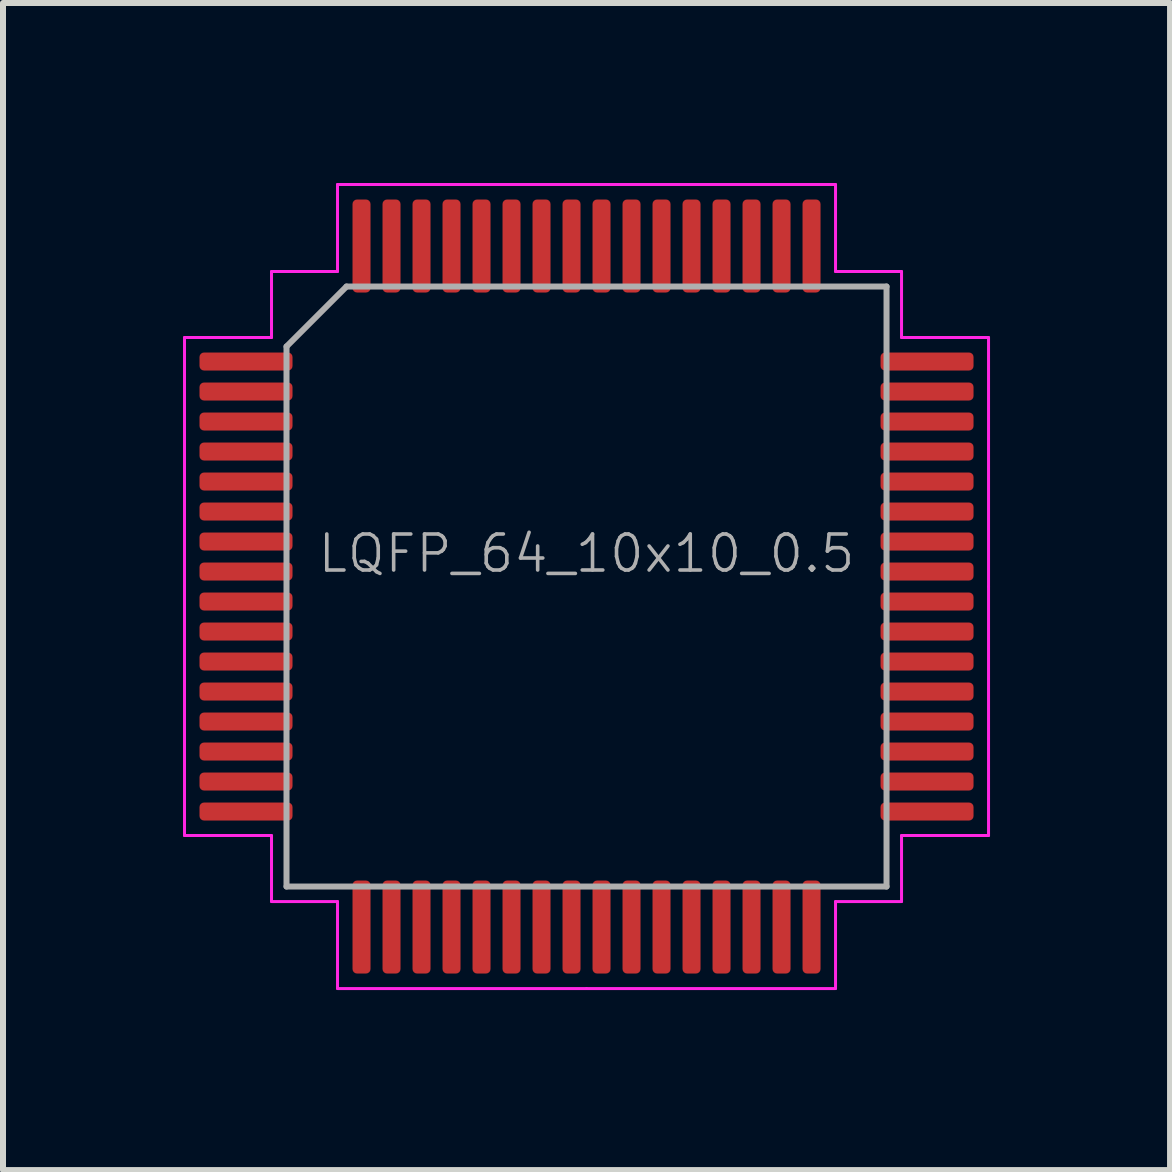
<source format=kicad_pcb>
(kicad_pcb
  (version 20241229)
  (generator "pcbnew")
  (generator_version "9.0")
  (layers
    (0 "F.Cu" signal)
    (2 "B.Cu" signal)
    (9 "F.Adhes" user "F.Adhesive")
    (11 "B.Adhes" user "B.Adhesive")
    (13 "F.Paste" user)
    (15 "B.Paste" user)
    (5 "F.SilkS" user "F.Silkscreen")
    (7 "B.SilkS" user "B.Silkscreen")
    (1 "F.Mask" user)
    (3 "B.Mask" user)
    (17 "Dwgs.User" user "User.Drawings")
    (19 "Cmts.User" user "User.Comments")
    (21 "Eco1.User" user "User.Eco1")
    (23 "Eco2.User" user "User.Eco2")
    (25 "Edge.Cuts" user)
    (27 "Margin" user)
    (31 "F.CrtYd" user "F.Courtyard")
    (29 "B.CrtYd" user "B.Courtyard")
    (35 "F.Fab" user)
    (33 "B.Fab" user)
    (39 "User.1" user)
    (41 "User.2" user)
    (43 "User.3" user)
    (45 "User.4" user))
  (footprint "LQFP_64_10x10_0.5"
    (layer "F.Cu")
    (at 6.725 6.725)
    (property "Reference" "LQFP_64_10x10_0.5" (at 0 -0.55 0) (unlocked yes) (layer "F.Fab") (effects (font (size 0.6 0.6) (thickness 0.06))))
    (attr smd)
    (fp_line (start -6.7 -4.15) (end -6.7 0) (stroke (width 0.05) (type solid)) (layer "F.CrtYd"))
    (fp_line (start -6.7 4.15) (end -6.7 0) (stroke (width 0.05) (type solid)) (layer "F.CrtYd"))
    (fp_line (start -5.25 -5.25) (end -5.25 -4.15) (stroke (width 0.05) (type solid)) (layer "F.CrtYd"))
    (fp_line (start -5.25 -4.15) (end -6.7 -4.15) (stroke (width 0.05) (type solid)) (layer "F.CrtYd"))
    (fp_line (start -5.25 4.15) (end -6.7 4.15) (stroke (width 0.05) (type solid)) (layer "F.CrtYd"))
    (fp_line (start -5.25 5.25) (end -5.25 4.15) (stroke (width 0.05) (type solid)) (layer "F.CrtYd"))
    (fp_line (start -4.15 -6.7) (end -4.15 -5.25) (stroke (width 0.05) (type solid)) (layer "F.CrtYd"))
    (fp_line (start -4.15 -5.25) (end -5.25 -5.25) (stroke (width 0.05) (type solid)) (layer "F.CrtYd"))
    (fp_line (start -4.15 5.25) (end -5.25 5.25) (stroke (width 0.05) (type solid)) (layer "F.CrtYd"))
    (fp_line (start -4.15 6.7) (end -4.15 5.25) (stroke (width 0.05) (type solid)) (layer "F.CrtYd"))
    (fp_line (start 0 -6.7) (end -4.15 -6.7) (stroke (width 0.05) (type solid)) (layer "F.CrtYd"))
    (fp_line (start 0 -6.7) (end 4.15 -6.7) (stroke (width 0.05) (type solid)) (layer "F.CrtYd"))
    (fp_line (start 0 6.7) (end -4.15 6.7) (stroke (width 0.05) (type solid)) (layer "F.CrtYd"))
    (fp_line (start 0 6.7) (end 4.15 6.7) (stroke (width 0.05) (type solid)) (layer "F.CrtYd"))
    (fp_line (start 4.15 -6.7) (end 4.15 -5.25) (stroke (width 0.05) (type solid)) (layer "F.CrtYd"))
    (fp_line (start 4.15 -5.25) (end 5.25 -5.25) (stroke (width 0.05) (type solid)) (layer "F.CrtYd"))
    (fp_line (start 4.15 5.25) (end 5.25 5.25) (stroke (width 0.05) (type solid)) (layer "F.CrtYd"))
    (fp_line (start 4.15 6.7) (end 4.15 5.25) (stroke (width 0.05) (type solid)) (layer "F.CrtYd"))
    (fp_line (start 5.25 -5.25) (end 5.25 -4.15) (stroke (width 0.05) (type solid)) (layer "F.CrtYd"))
    (fp_line (start 5.25 -4.15) (end 6.7 -4.15) (stroke (width 0.05) (type solid)) (layer "F.CrtYd"))
    (fp_line (start 5.25 4.15) (end 6.7 4.15) (stroke (width 0.05) (type solid)) (layer "F.CrtYd"))
    (fp_line (start 5.25 5.25) (end 5.25 4.15) (stroke (width 0.05) (type solid)) (layer "F.CrtYd"))
    (fp_line (start 6.7 -4.15) (end 6.7 0) (stroke (width 0.05) (type solid)) (layer "F.CrtYd"))
    (fp_line (start 6.7 4.15) (end 6.7 0) (stroke (width 0.05) (type solid)) (layer "F.CrtYd"))
    (fp_line (start -5 -4) (end -4 -5) (stroke (width 0.1) (type solid)) (layer "F.Fab"))
    (fp_line (start -5 5) (end -5 -4) (stroke (width 0.1) (type solid)) (layer "F.Fab"))
    (fp_line (start -4 -5) (end 5 -5) (stroke (width 0.1) (type solid)) (layer "F.Fab"))
    (fp_line (start 5 -5) (end 5 5) (stroke (width 0.1) (type solid)) (layer "F.Fab"))
    (fp_line (start 5 5) (end -5 5) (stroke (width 0.1) (type solid)) (layer "F.Fab"))
    (pad "1" smd roundrect (at -5.675 -3.75) (size 1.55 0.3) (layers "F.Cu" "F.Mask" "F.Paste") (roundrect_rratio 0.25))
    (pad "2" smd roundrect (at -5.675 -3.25) (size 1.55 0.3) (layers "F.Cu" "F.Mask" "F.Paste") (roundrect_rratio 0.25))
    (pad "3" smd roundrect (at -5.675 -2.75) (size 1.55 0.3) (layers "F.Cu" "F.Mask" "F.Paste") (roundrect_rratio 0.25))
    (pad "4" smd roundrect (at -5.675 -2.25) (size 1.55 0.3) (layers "F.Cu" "F.Mask" "F.Paste") (roundrect_rratio 0.25))
    (pad "5" smd roundrect (at -5.675 -1.75) (size 1.55 0.3) (layers "F.Cu" "F.Mask" "F.Paste") (roundrect_rratio 0.25))
    (pad "6" smd roundrect (at -5.675 -1.25) (size 1.55 0.3) (layers "F.Cu" "F.Mask" "F.Paste") (roundrect_rratio 0.25))
    (pad "7" smd roundrect (at -5.675 -0.75) (size 1.55 0.3) (layers "F.Cu" "F.Mask" "F.Paste") (roundrect_rratio 0.25))
    (pad "8" smd roundrect (at -5.675 -0.25) (size 1.55 0.3) (layers "F.Cu" "F.Mask" "F.Paste") (roundrect_rratio 0.25))
    (pad "9" smd roundrect (at -5.675 0.25) (size 1.55 0.3) (layers "F.Cu" "F.Mask" "F.Paste") (roundrect_rratio 0.25))
    (pad "10" smd roundrect (at -5.675 0.75) (size 1.55 0.3) (layers "F.Cu" "F.Mask" "F.Paste") (roundrect_rratio 0.25))
    (pad "11" smd roundrect (at -5.675 1.25) (size 1.55 0.3) (layers "F.Cu" "F.Mask" "F.Paste") (roundrect_rratio 0.25))
    (pad "12" smd roundrect (at -5.675 1.75) (size 1.55 0.3) (layers "F.Cu" "F.Mask" "F.Paste") (roundrect_rratio 0.25))
    (pad "13" smd roundrect (at -5.675 2.25) (size 1.55 0.3) (layers "F.Cu" "F.Mask" "F.Paste") (roundrect_rratio 0.25))
    (pad "14" smd roundrect (at -5.675 2.75) (size 1.55 0.3) (layers "F.Cu" "F.Mask" "F.Paste") (roundrect_rratio 0.25))
    (pad "15" smd roundrect (at -5.675 3.25) (size 1.55 0.3) (layers "F.Cu" "F.Mask" "F.Paste") (roundrect_rratio 0.25))
    (pad "16" smd roundrect (at -5.675 3.75) (size 1.55 0.3) (layers "F.Cu" "F.Mask" "F.Paste") (roundrect_rratio 0.25))
    (pad "17" smd roundrect (at -3.75 5.675) (size 0.3 1.55) (layers "F.Cu" "F.Mask" "F.Paste") (roundrect_rratio 0.25))
    (pad "18" smd roundrect (at -3.25 5.675) (size 0.3 1.55) (layers "F.Cu" "F.Mask" "F.Paste") (roundrect_rratio 0.25))
    (pad "19" smd roundrect (at -2.75 5.675) (size 0.3 1.55) (layers "F.Cu" "F.Mask" "F.Paste") (roundrect_rratio 0.25))
    (pad "20" smd roundrect (at -2.25 5.675) (size 0.3 1.55) (layers "F.Cu" "F.Mask" "F.Paste") (roundrect_rratio 0.25))
    (pad "21" smd roundrect (at -1.75 5.675) (size 0.3 1.55) (layers "F.Cu" "F.Mask" "F.Paste") (roundrect_rratio 0.25))
    (pad "22" smd roundrect (at -1.25 5.675) (size 0.3 1.55) (layers "F.Cu" "F.Mask" "F.Paste") (roundrect_rratio 0.25))
    (pad "23" smd roundrect (at -0.75 5.675) (size 0.3 1.55) (layers "F.Cu" "F.Mask" "F.Paste") (roundrect_rratio 0.25))
    (pad "24" smd roundrect (at -0.25 5.675) (size 0.3 1.55) (layers "F.Cu" "F.Mask" "F.Paste") (roundrect_rratio 0.25))
    (pad "25" smd roundrect (at 0.25 5.675) (size 0.3 1.55) (layers "F.Cu" "F.Mask" "F.Paste") (roundrect_rratio 0.25))
    (pad "26" smd roundrect (at 0.75 5.675) (size 0.3 1.55) (layers "F.Cu" "F.Mask" "F.Paste") (roundrect_rratio 0.25))
    (pad "27" smd roundrect (at 1.25 5.675) (size 0.3 1.55) (layers "F.Cu" "F.Mask" "F.Paste") (roundrect_rratio 0.25))
    (pad "28" smd roundrect (at 1.75 5.675) (size 0.3 1.55) (layers "F.Cu" "F.Mask" "F.Paste") (roundrect_rratio 0.25))
    (pad "29" smd roundrect (at 2.25 5.675) (size 0.3 1.55) (layers "F.Cu" "F.Mask" "F.Paste") (roundrect_rratio 0.25))
    (pad "30" smd roundrect (at 2.75 5.675) (size 0.3 1.55) (layers "F.Cu" "F.Mask" "F.Paste") (roundrect_rratio 0.25))
    (pad "31" smd roundrect (at 3.25 5.675) (size 0.3 1.55) (layers "F.Cu" "F.Mask" "F.Paste") (roundrect_rratio 0.25))
    (pad "32" smd roundrect (at 3.75 5.675) (size 0.3 1.55) (layers "F.Cu" "F.Mask" "F.Paste") (roundrect_rratio 0.25))
    (pad "33" smd roundrect (at 5.675 3.75) (size 1.55 0.3) (layers "F.Cu" "F.Mask" "F.Paste") (roundrect_rratio 0.25))
    (pad "34" smd roundrect (at 5.675 3.25) (size 1.55 0.3) (layers "F.Cu" "F.Mask" "F.Paste") (roundrect_rratio 0.25))
    (pad "35" smd roundrect (at 5.675 2.75) (size 1.55 0.3) (layers "F.Cu" "F.Mask" "F.Paste") (roundrect_rratio 0.25))
    (pad "36" smd roundrect (at 5.675 2.25) (size 1.55 0.3) (layers "F.Cu" "F.Mask" "F.Paste") (roundrect_rratio 0.25))
    (pad "37" smd roundrect (at 5.675 1.75) (size 1.55 0.3) (layers "F.Cu" "F.Mask" "F.Paste") (roundrect_rratio 0.25))
    (pad "38" smd roundrect (at 5.675 1.25) (size 1.55 0.3) (layers "F.Cu" "F.Mask" "F.Paste") (roundrect_rratio 0.25))
    (pad "39" smd roundrect (at 5.675 0.75) (size 1.55 0.3) (layers "F.Cu" "F.Mask" "F.Paste") (roundrect_rratio 0.25))
    (pad "40" smd roundrect (at 5.675 0.25) (size 1.55 0.3) (layers "F.Cu" "F.Mask" "F.Paste") (roundrect_rratio 0.25))
    (pad "41" smd roundrect (at 5.675 -0.25) (size 1.55 0.3) (layers "F.Cu" "F.Mask" "F.Paste") (roundrect_rratio 0.25))
    (pad "42" smd roundrect (at 5.675 -0.75) (size 1.55 0.3) (layers "F.Cu" "F.Mask" "F.Paste") (roundrect_rratio 0.25))
    (pad "43" smd roundrect (at 5.675 -1.25) (size 1.55 0.3) (layers "F.Cu" "F.Mask" "F.Paste") (roundrect_rratio 0.25))
    (pad "44" smd roundrect (at 5.675 -1.75) (size 1.55 0.3) (layers "F.Cu" "F.Mask" "F.Paste") (roundrect_rratio 0.25))
    (pad "45" smd roundrect (at 5.675 -2.25) (size 1.55 0.3) (layers "F.Cu" "F.Mask" "F.Paste") (roundrect_rratio 0.25))
    (pad "46" smd roundrect (at 5.675 -2.75) (size 1.55 0.3) (layers "F.Cu" "F.Mask" "F.Paste") (roundrect_rratio 0.25))
    (pad "47" smd roundrect (at 5.675 -3.25) (size 1.55 0.3) (layers "F.Cu" "F.Mask" "F.Paste") (roundrect_rratio 0.25))
    (pad "48" smd roundrect (at 5.675 -3.75) (size 1.55 0.3) (layers "F.Cu" "F.Mask" "F.Paste") (roundrect_rratio 0.25))
    (pad "49" smd roundrect (at 3.75 -5.675) (size 0.3 1.55) (layers "F.Cu" "F.Mask" "F.Paste") (roundrect_rratio 0.25))
    (pad "50" smd roundrect (at 3.25 -5.675) (size 0.3 1.55) (layers "F.Cu" "F.Mask" "F.Paste") (roundrect_rratio 0.25))
    (pad "51" smd roundrect (at 2.75 -5.675) (size 0.3 1.55) (layers "F.Cu" "F.Mask" "F.Paste") (roundrect_rratio 0.25))
    (pad "52" smd roundrect (at 2.25 -5.675) (size 0.3 1.55) (layers "F.Cu" "F.Mask" "F.Paste") (roundrect_rratio 0.25))
    (pad "53" smd roundrect (at 1.75 -5.675) (size 0.3 1.55) (layers "F.Cu" "F.Mask" "F.Paste") (roundrect_rratio 0.25))
    (pad "54" smd roundrect (at 1.25 -5.675) (size 0.3 1.55) (layers "F.Cu" "F.Mask" "F.Paste") (roundrect_rratio 0.25))
    (pad "55" smd roundrect (at 0.75 -5.675) (size 0.3 1.55) (layers "F.Cu" "F.Mask" "F.Paste") (roundrect_rratio 0.25))
    (pad "56" smd roundrect (at 0.25 -5.675) (size 0.3 1.55) (layers "F.Cu" "F.Mask" "F.Paste") (roundrect_rratio 0.25))
    (pad "57" smd roundrect (at -0.25 -5.675) (size 0.3 1.55) (layers "F.Cu" "F.Mask" "F.Paste") (roundrect_rratio 0.25))
    (pad "58" smd roundrect (at -0.75 -5.675) (size 0.3 1.55) (layers "F.Cu" "F.Mask" "F.Paste") (roundrect_rratio 0.25))
    (pad "59" smd roundrect (at -1.25 -5.675) (size 0.3 1.55) (layers "F.Cu" "F.Mask" "F.Paste") (roundrect_rratio 0.25))
    (pad "60" smd roundrect (at -1.75 -5.675) (size 0.3 1.55) (layers "F.Cu" "F.Mask" "F.Paste") (roundrect_rratio 0.25))
    (pad "61" smd roundrect (at -2.25 -5.675) (size 0.3 1.55) (layers "F.Cu" "F.Mask" "F.Paste") (roundrect_rratio 0.25))
    (pad "62" smd roundrect (at -2.75 -5.675) (size 0.3 1.55) (layers "F.Cu" "F.Mask" "F.Paste") (roundrect_rratio 0.25))
    (pad "63" smd roundrect (at -3.25 -5.675) (size 0.3 1.55) (layers "F.Cu" "F.Mask" "F.Paste") (roundrect_rratio 0.25))
    (pad "64" smd roundrect (at -3.75 -5.675) (size 0.3 1.55) (layers "F.Cu" "F.Mask" "F.Paste") (roundrect_rratio 0.25)))
  (gr_rect
    (start -3 -3)
    (end 16.45 16.45)
    (stroke (width 0.1) (type default))
    (fill no)
    (layer "Edge.Cuts")))
</source>
